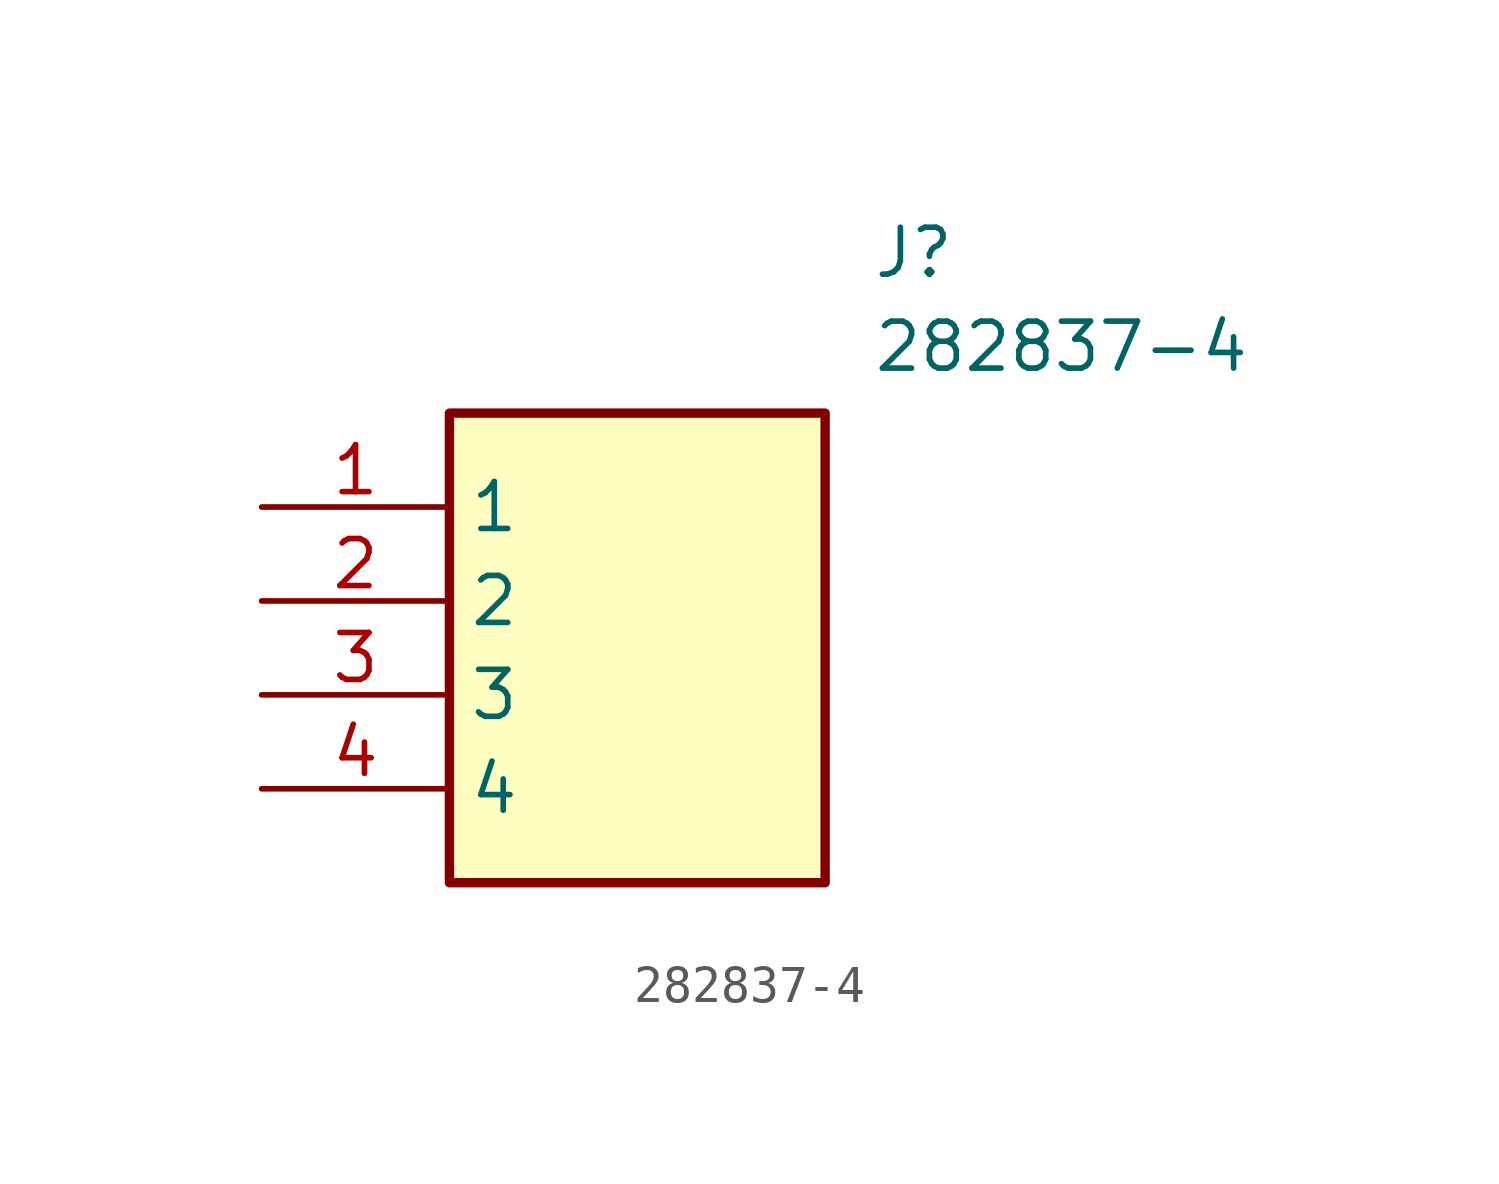
<source format=kicad_sym>
(kicad_symbol_lib
  (version 20211014)
  (generator SamacSys_ECAD_Model)
  (symbol "282837-4"
    (property "Reference" "J"
      (at 16.51 7.62 0)
      (effects (font (size 1.27 1.27)) (justify left top)))
    (property "Value" "282837-4"
      (at 16.51 5.08 0)
      (effects (font (size 1.27 1.27)) (justify left top)))
    (rectangle
      (start 5.08 2.54)
      (end 15.24 -10.16)
      (stroke (width 0.254) (type default))
      (fill (type background)))
    (pin passive line
      (at 0 0 0)
      (length 5.08)
      (name "1" (effects (font (size 1.27 1.27))))
      (number "1" (effects (font (size 1.27 1.27)))))
    (pin passive line
      (at 0 -2.54 0)
      (length 5.08)
      (name "2" (effects (font (size 1.27 1.27))))
      (number "2" (effects (font (size 1.27 1.27)))))
    (pin passive line
      (at 0 -5.08 0)
      (length 5.08)
      (name "3" (effects (font (size 1.27 1.27))))
      (number "3" (effects (font (size 1.27 1.27)))))
    (pin passive line
      (at 0 -7.62 0)
      (length 5.08)
      (name "4" (effects (font (size 1.27 1.27))))
      (number "4" (effects (font (size 1.27 1.27)))))))
</source>
